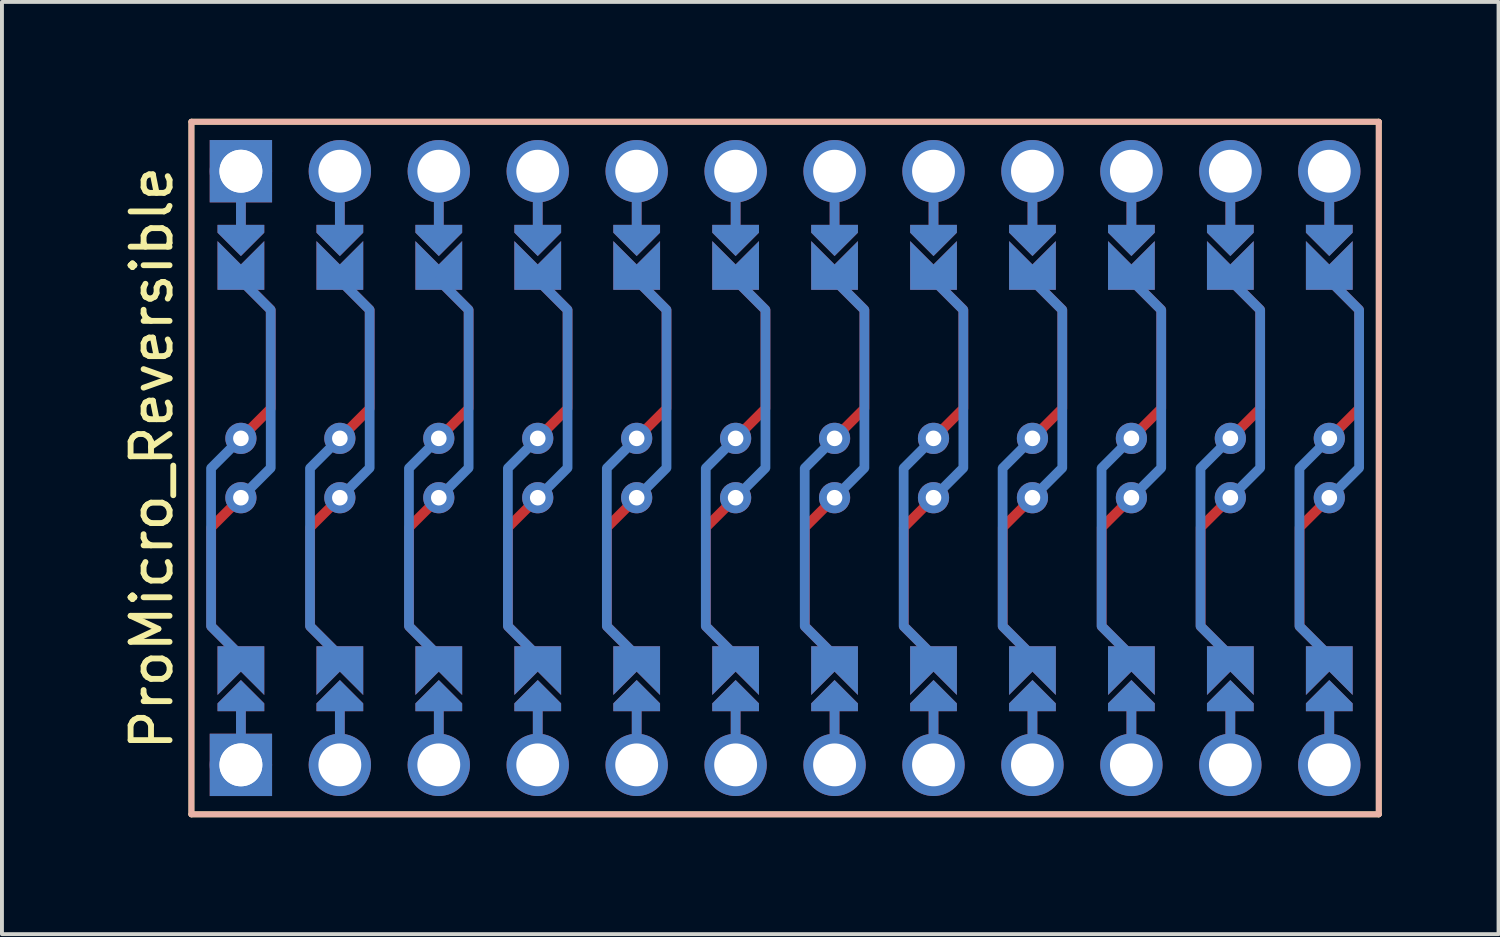
<source format=kicad_pcb>
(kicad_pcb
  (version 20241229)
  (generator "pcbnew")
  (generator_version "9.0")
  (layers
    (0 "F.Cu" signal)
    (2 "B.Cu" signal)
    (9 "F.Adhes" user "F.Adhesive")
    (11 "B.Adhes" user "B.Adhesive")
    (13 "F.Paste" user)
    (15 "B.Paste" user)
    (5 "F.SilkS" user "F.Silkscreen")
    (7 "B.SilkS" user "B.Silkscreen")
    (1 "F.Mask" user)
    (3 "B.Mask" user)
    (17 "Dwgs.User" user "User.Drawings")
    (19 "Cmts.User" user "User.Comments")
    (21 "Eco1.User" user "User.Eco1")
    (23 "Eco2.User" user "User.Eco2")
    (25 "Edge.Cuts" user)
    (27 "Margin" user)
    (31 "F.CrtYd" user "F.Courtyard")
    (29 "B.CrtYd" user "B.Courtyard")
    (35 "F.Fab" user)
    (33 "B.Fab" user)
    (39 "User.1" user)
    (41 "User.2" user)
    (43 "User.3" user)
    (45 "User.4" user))
  (footprint "ProMicro_Reversible"
    (layer "F.Cu")
    (at 17.104 8.965)
    (property "Reference" "ProMicro_Reversible" (at -16.256 -0.254 90) (layer "F.SilkS") (effects (font (size 1 1) (thickness 0.15))))
    (attr through_hole)
    (fp_circle (center -13.97 -0.762) (end -13.845 -0.762) (stroke (width 0.25) (type solid)) (fill no) (layer "F.Mask"))
    (fp_circle (center -13.97 0.762) (end -13.845 0.762) (stroke (width 0.25) (type solid)) (fill no) (layer "F.Mask"))
    (fp_circle (center -11.43 -0.762) (end -11.305 -0.762) (stroke (width 0.25) (type solid)) (fill no) (layer "F.Mask"))
    (fp_circle (center -11.43 0.762) (end -11.305 0.762) (stroke (width 0.25) (type solid)) (fill no) (layer "F.Mask"))
    (fp_circle (center -8.89 -0.762) (end -8.765 -0.762) (stroke (width 0.25) (type solid)) (fill no) (layer "F.Mask"))
    (fp_circle (center -8.89 0.762) (end -8.765 0.762) (stroke (width 0.25) (type solid)) (fill no) (layer "F.Mask"))
    (fp_circle (center -6.35 -0.762) (end -6.225 -0.762) (stroke (width 0.25) (type solid)) (fill no) (layer "F.Mask"))
    (fp_circle (center -6.35 0.762) (end -6.225 0.762) (stroke (width 0.25) (type solid)) (fill no) (layer "F.Mask"))
    (fp_circle (center -3.81 -0.762) (end -3.685 -0.762) (stroke (width 0.25) (type solid)) (fill no) (layer "F.Mask"))
    (fp_circle (center -3.81 0.762) (end -3.685 0.762) (stroke (width 0.25) (type solid)) (fill no) (layer "F.Mask"))
    (fp_circle (center -1.27 -0.762) (end -1.145 -0.762) (stroke (width 0.25) (type solid)) (fill no) (layer "F.Mask"))
    (fp_circle (center -1.27 0.762) (end -1.145 0.762) (stroke (width 0.25) (type solid)) (fill no) (layer "F.Mask"))
    (fp_circle (center 1.27 -0.762) (end 1.395 -0.762) (stroke (width 0.25) (type solid)) (fill no) (layer "F.Mask"))
    (fp_circle (center 1.27 0.762) (end 1.395 0.762) (stroke (width 0.25) (type solid)) (fill no) (layer "F.Mask"))
    (fp_circle (center 3.81 -0.762) (end 3.935 -0.762) (stroke (width 0.25) (type solid)) (fill no) (layer "F.Mask"))
    (fp_circle (center 3.81 0.762) (end 3.935 0.762) (stroke (width 0.25) (type solid)) (fill no) (layer "F.Mask"))
    (fp_circle (center 6.35 -0.762) (end 6.475 -0.762) (stroke (width 0.25) (type solid)) (fill no) (layer "F.Mask"))
    (fp_circle (center 6.35 0.762) (end 6.475 0.762) (stroke (width 0.25) (type solid)) (fill no) (layer "F.Mask"))
    (fp_circle (center 8.89 -0.762) (end 9.015 -0.762) (stroke (width 0.25) (type solid)) (fill no) (layer "F.Mask"))
    (fp_circle (center 8.89 0.762) (end 9.015 0.762) (stroke (width 0.25) (type solid)) (fill no) (layer "F.Mask"))
    (fp_circle (center 11.43 -0.762) (end 11.555 -0.762) (stroke (width 0.25) (type solid)) (fill no) (layer "F.Mask"))
    (fp_circle (center 11.43 0.762) (end 11.555 0.762) (stroke (width 0.25) (type solid)) (fill no) (layer "F.Mask"))
    (fp_circle (center 13.97 -0.762) (end 14.095 -0.762) (stroke (width 0.25) (type solid)) (fill no) (layer "F.Mask"))
    (fp_circle (center 13.97 0.762) (end 14.095 0.762) (stroke (width 0.25) (type solid)) (fill no) (layer "F.Mask"))
    (fp_poly (pts (xy -14.478 5.08) (xy -13.462 5.08) (xy -13.462 6.096) (xy -14.478 6.096)) (stroke (width 0.1) (type solid)) (fill yes) (layer "F.Mask"))
    (fp_poly (pts (xy -13.462 -5.08) (xy -14.478 -5.08) (xy -14.478 -6.096) (xy -13.462 -6.096)) (stroke (width 0.1) (type solid)) (fill yes) (layer "F.Mask"))
    (fp_poly (pts (xy -11.938 5.08) (xy -10.922 5.08) (xy -10.922 6.096) (xy -11.938 6.096)) (stroke (width 0.1) (type solid)) (fill yes) (layer "F.Mask"))
    (fp_poly (pts (xy -10.922 -5.08) (xy -11.938 -5.08) (xy -11.938 -6.096) (xy -10.922 -6.096)) (stroke (width 0.1) (type solid)) (fill yes) (layer "F.Mask"))
    (fp_poly (pts (xy -9.398 5.08) (xy -8.382 5.08) (xy -8.382 6.096) (xy -9.398 6.096)) (stroke (width 0.1) (type solid)) (fill yes) (layer "F.Mask"))
    (fp_poly (pts (xy -8.382 -5.08) (xy -9.398 -5.08) (xy -9.398 -6.096) (xy -8.382 -6.096)) (stroke (width 0.1) (type solid)) (fill yes) (layer "F.Mask"))
    (fp_poly (pts (xy -6.858 5.08) (xy -5.842 5.08) (xy -5.842 6.096) (xy -6.858 6.096)) (stroke (width 0.1) (type solid)) (fill yes) (layer "F.Mask"))
    (fp_poly (pts (xy -5.842 -5.08) (xy -6.858 -5.08) (xy -6.858 -6.096) (xy -5.842 -6.096)) (stroke (width 0.1) (type solid)) (fill yes) (layer "F.Mask"))
    (fp_poly (pts (xy -4.318 5.08) (xy -3.302 5.08) (xy -3.302 6.096) (xy -4.318 6.096)) (stroke (width 0.1) (type solid)) (fill yes) (layer "F.Mask"))
    (fp_poly (pts (xy -3.302 -5.08) (xy -4.318 -5.08) (xy -4.318 -6.096) (xy -3.302 -6.096)) (stroke (width 0.1) (type solid)) (fill yes) (layer "F.Mask"))
    (fp_poly (pts (xy -1.778 5.08) (xy -0.762 5.08) (xy -0.762 6.096) (xy -1.778 6.096)) (stroke (width 0.1) (type solid)) (fill yes) (layer "F.Mask"))
    (fp_poly (pts (xy -0.762 -5.08) (xy -1.778 -5.08) (xy -1.778 -6.096) (xy -0.762 -6.096)) (stroke (width 0.1) (type solid)) (fill yes) (layer "F.Mask"))
    (fp_poly (pts (xy 0.762 5.08) (xy 1.778 5.08) (xy 1.778 6.096) (xy 0.762 6.096)) (stroke (width 0.1) (type solid)) (fill yes) (layer "F.Mask"))
    (fp_poly (pts (xy 1.778 -5.08) (xy 0.762 -5.08) (xy 0.762 -6.096) (xy 1.778 -6.096)) (stroke (width 0.1) (type solid)) (fill yes) (layer "F.Mask"))
    (fp_poly (pts (xy 3.302 5.08) (xy 4.318 5.08) (xy 4.318 6.096) (xy 3.302 6.096)) (stroke (width 0.1) (type solid)) (fill yes) (layer "F.Mask"))
    (fp_poly (pts (xy 4.318 -5.08) (xy 3.302 -5.08) (xy 3.302 -6.096) (xy 4.318 -6.096)) (stroke (width 0.1) (type solid)) (fill yes) (layer "F.Mask"))
    (fp_poly (pts (xy 5.842 5.08) (xy 6.858 5.08) (xy 6.858 6.096) (xy 5.842 6.096)) (stroke (width 0.1) (type solid)) (fill yes) (layer "F.Mask"))
    (fp_poly (pts (xy 6.858 -5.08) (xy 5.842 -5.08) (xy 5.842 -6.096) (xy 6.858 -6.096)) (stroke (width 0.1) (type solid)) (fill yes) (layer "F.Mask"))
    (fp_poly (pts (xy 8.382 5.08) (xy 9.398 5.08) (xy 9.398 6.096) (xy 8.382 6.096)) (stroke (width 0.1) (type solid)) (fill yes) (layer "F.Mask"))
    (fp_poly (pts (xy 9.398 -5.08) (xy 8.382 -5.08) (xy 8.382 -6.096) (xy 9.398 -6.096)) (stroke (width 0.1) (type solid)) (fill yes) (layer "F.Mask"))
    (fp_poly (pts (xy 10.922 5.08) (xy 11.938 5.08) (xy 11.938 6.096) (xy 10.922 6.096)) (stroke (width 0.1) (type solid)) (fill yes) (layer "F.Mask"))
    (fp_poly (pts (xy 11.938 -5.08) (xy 10.922 -5.08) (xy 10.922 -6.096) (xy 11.938 -6.096)) (stroke (width 0.1) (type solid)) (fill yes) (layer "F.Mask"))
    (fp_poly (pts (xy 13.462 5.08) (xy 14.478 5.08) (xy 14.478 6.096) (xy 13.462 6.096)) (stroke (width 0.1) (type solid)) (fill yes) (layer "F.Mask"))
    (fp_poly (pts (xy 14.478 -5.08) (xy 13.462 -5.08) (xy 13.462 -6.096) (xy 14.478 -6.096)) (stroke (width 0.1) (type solid)) (fill yes) (layer "F.Mask"))
    (fp_circle (center -13.97 -0.762) (end -13.845 -0.762) (stroke (width 0.25) (type solid)) (fill no) (layer "B.Mask"))
    (fp_circle (center -13.97 0.762) (end -13.845 0.762) (stroke (width 0.25) (type solid)) (fill no) (layer "B.Mask"))
    (fp_circle (center -11.43 -0.762) (end -11.305 -0.762) (stroke (width 0.25) (type solid)) (fill no) (layer "B.Mask"))
    (fp_circle (center -11.43 0.762) (end -11.305 0.762) (stroke (width 0.25) (type solid)) (fill no) (layer "B.Mask"))
    (fp_circle (center -8.89 -0.762) (end -8.765 -0.762) (stroke (width 0.25) (type solid)) (fill no) (layer "B.Mask"))
    (fp_circle (center -8.89 0.762) (end -8.765 0.762) (stroke (width 0.25) (type solid)) (fill no) (layer "B.Mask"))
    (fp_circle (center -6.35 -0.762) (end -6.225 -0.762) (stroke (width 0.25) (type solid)) (fill no) (layer "B.Mask"))
    (fp_circle (center -6.35 0.762) (end -6.225 0.762) (stroke (width 0.25) (type solid)) (fill no) (layer "B.Mask"))
    (fp_circle (center -3.81 -0.762) (end -3.685 -0.762) (stroke (width 0.25) (type solid)) (fill no) (layer "B.Mask"))
    (fp_circle (center -3.81 0.762) (end -3.685 0.762) (stroke (width 0.25) (type solid)) (fill no) (layer "B.Mask"))
    (fp_circle (center -1.27 -0.762) (end -1.145 -0.762) (stroke (width 0.25) (type solid)) (fill no) (layer "B.Mask"))
    (fp_circle (center -1.27 0.762) (end -1.145 0.762) (stroke (width 0.25) (type solid)) (fill no) (layer "B.Mask"))
    (fp_circle (center 1.27 -0.762) (end 1.395 -0.762) (stroke (width 0.25) (type solid)) (fill no) (layer "B.Mask"))
    (fp_circle (center 1.27 0.762) (end 1.395 0.762) (stroke (width 0.25) (type solid)) (fill no) (layer "B.Mask"))
    (fp_circle (center 3.81 -0.762) (end 3.935 -0.762) (stroke (width 0.25) (type solid)) (fill no) (layer "B.Mask"))
    (fp_circle (center 3.81 0.762) (end 3.935 0.762) (stroke (width 0.25) (type solid)) (fill no) (layer "B.Mask"))
    (fp_circle (center 6.35 -0.762) (end 6.475 -0.762) (stroke (width 0.25) (type solid)) (fill no) (layer "B.Mask"))
    (fp_circle (center 6.35 0.762) (end 6.475 0.762) (stroke (width 0.25) (type solid)) (fill no) (layer "B.Mask"))
    (fp_circle (center 8.89 -0.762) (end 9.015 -0.762) (stroke (width 0.25) (type solid)) (fill no) (layer "B.Mask"))
    (fp_circle (center 8.89 0.762) (end 9.015 0.762) (stroke (width 0.25) (type solid)) (fill no) (layer "B.Mask"))
    (fp_circle (center 11.43 -0.762) (end 11.555 -0.762) (stroke (width 0.25) (type solid)) (fill no) (layer "B.Mask"))
    (fp_circle (center 11.43 0.762) (end 11.555 0.762) (stroke (width 0.25) (type solid)) (fill no) (layer "B.Mask"))
    (fp_circle (center 13.97 -0.762) (end 14.095 -0.762) (stroke (width 0.25) (type solid)) (fill no) (layer "B.Mask"))
    (fp_circle (center 13.97 0.762) (end 14.095 0.762) (stroke (width 0.25) (type solid)) (fill no) (layer "B.Mask"))
    (fp_poly (pts (xy -14.478 5.08) (xy -13.462 5.08) (xy -13.462 6.096) (xy -14.478 6.096)) (stroke (width 0.1) (type solid)) (fill yes) (layer "B.Mask"))
    (fp_poly (pts (xy -13.462 -5.08) (xy -14.478 -5.08) (xy -14.478 -6.096) (xy -13.462 -6.096)) (stroke (width 0.1) (type solid)) (fill yes) (layer "B.Mask"))
    (fp_poly (pts (xy -11.938 5.08) (xy -10.922 5.08) (xy -10.922 6.096) (xy -11.938 6.096)) (stroke (width 0.1) (type solid)) (fill yes) (layer "B.Mask"))
    (fp_poly (pts (xy -10.922 -5.08) (xy -11.938 -5.08) (xy -11.938 -6.096) (xy -10.922 -6.096)) (stroke (width 0.1) (type solid)) (fill yes) (layer "B.Mask"))
    (fp_poly (pts (xy -9.398 5.08) (xy -8.382 5.08) (xy -8.382 6.096) (xy -9.398 6.096)) (stroke (width 0.1) (type solid)) (fill yes) (layer "B.Mask"))
    (fp_poly (pts (xy -8.382 -5.08) (xy -9.398 -5.08) (xy -9.398 -6.096) (xy -8.382 -6.096)) (stroke (width 0.1) (type solid)) (fill yes) (layer "B.Mask"))
    (fp_poly (pts (xy -6.858 5.08) (xy -5.842 5.08) (xy -5.842 6.096) (xy -6.858 6.096)) (stroke (width 0.1) (type solid)) (fill yes) (layer "B.Mask"))
    (fp_poly (pts (xy -5.842 -5.08) (xy -6.858 -5.08) (xy -6.858 -6.096) (xy -5.842 -6.096)) (stroke (width 0.1) (type solid)) (fill yes) (layer "B.Mask"))
    (fp_poly (pts (xy -4.318 5.08) (xy -3.302 5.08) (xy -3.302 6.096) (xy -4.318 6.096)) (stroke (width 0.1) (type solid)) (fill yes) (layer "B.Mask"))
    (fp_poly (pts (xy -3.302 -5.08) (xy -4.318 -5.08) (xy -4.318 -6.096) (xy -3.302 -6.096)) (stroke (width 0.1) (type solid)) (fill yes) (layer "B.Mask"))
    (fp_poly (pts (xy -1.778 5.08) (xy -0.762 5.08) (xy -0.762 6.096) (xy -1.778 6.096)) (stroke (width 0.1) (type solid)) (fill yes) (layer "B.Mask"))
    (fp_poly (pts (xy -0.762 -5.08) (xy -1.778 -5.08) (xy -1.778 -6.096) (xy -0.762 -6.096)) (stroke (width 0.1) (type solid)) (fill yes) (layer "B.Mask"))
    (fp_poly (pts (xy 0.762 5.08) (xy 1.778 5.08) (xy 1.778 6.096) (xy 0.762 6.096)) (stroke (width 0.1) (type solid)) (fill yes) (layer "B.Mask"))
    (fp_poly (pts (xy 1.778 -5.08) (xy 0.762 -5.08) (xy 0.762 -6.096) (xy 1.778 -6.096)) (stroke (width 0.1) (type solid)) (fill yes) (layer "B.Mask"))
    (fp_poly (pts (xy 3.302 5.08) (xy 4.318 5.08) (xy 4.318 6.096) (xy 3.302 6.096)) (stroke (width 0.1) (type solid)) (fill yes) (layer "B.Mask"))
    (fp_poly (pts (xy 4.318 -5.08) (xy 3.302 -5.08) (xy 3.302 -6.096) (xy 4.318 -6.096)) (stroke (width 0.1) (type solid)) (fill yes) (layer "B.Mask"))
    (fp_poly (pts (xy 5.842 5.08) (xy 6.858 5.08) (xy 6.858 6.096) (xy 5.842 6.096)) (stroke (width 0.1) (type solid)) (fill yes) (layer "B.Mask"))
    (fp_poly (pts (xy 6.858 -5.08) (xy 5.842 -5.08) (xy 5.842 -6.096) (xy 6.858 -6.096)) (stroke (width 0.1) (type solid)) (fill yes) (layer "B.Mask"))
    (fp_poly (pts (xy 8.382 5.08) (xy 9.398 5.08) (xy 9.398 6.096) (xy 8.382 6.096)) (stroke (width 0.1) (type solid)) (fill yes) (layer "B.Mask"))
    (fp_poly (pts (xy 9.398 -5.08) (xy 8.382 -5.08) (xy 8.382 -6.096) (xy 9.398 -6.096)) (stroke (width 0.1) (type solid)) (fill yes) (layer "B.Mask"))
    (fp_poly (pts (xy 10.922 5.08) (xy 11.938 5.08) (xy 11.938 6.096) (xy 10.922 6.096)) (stroke (width 0.1) (type solid)) (fill yes) (layer "B.Mask"))
    (fp_poly (pts (xy 11.938 -5.08) (xy 10.922 -5.08) (xy 10.922 -6.096) (xy 11.938 -6.096)) (stroke (width 0.1) (type solid)) (fill yes) (layer "B.Mask"))
    (fp_poly (pts (xy 13.462 5.08) (xy 14.478 5.08) (xy 14.478 6.096) (xy 13.462 6.096)) (stroke (width 0.1) (type solid)) (fill yes) (layer "B.Mask"))
    (fp_poly (pts (xy 14.478 -5.08) (xy 13.462 -5.08) (xy 13.462 -6.096) (xy 14.478 -6.096)) (stroke (width 0.1) (type solid)) (fill yes) (layer "B.Mask"))
    (fp_line (start -15.24 -8.89) (end 15.24 -8.89) (stroke (width 0.15) (type solid)) (layer "F.SilkS"))
    (fp_line (start -15.24 8.89) (end -15.24 -8.89) (stroke (width 0.15) (type solid)) (layer "F.SilkS"))
    (fp_line (start -15.24 8.89) (end 15.24 8.89) (stroke (width 0.15) (type solid)) (layer "F.SilkS"))
    (fp_line (start 15.24 -8.89) (end 15.24 8.89) (stroke (width 0.15) (type solid)) (layer "F.SilkS"))
    (fp_line (start -15.24 -8.89) (end 15.24 -8.89) (stroke (width 0.15) (type solid)) (layer "B.SilkS"))
    (fp_line (start -15.24 8.89) (end -15.24 -8.89) (stroke (width 0.15) (type solid)) (layer "B.SilkS"))
    (fp_line (start -15.24 8.89) (end 15.24 8.89) (stroke (width 0.15) (type solid)) (layer "B.SilkS"))
    (fp_line (start 15.24 -8.89) (end 15.24 8.89) (stroke (width 0.15) (type solid)) (layer "B.SilkS"))
    (pad "" thru_hole circle (at -13.97 -7.62) (size 1.6 1.6) (drill 1.1) (layers "*.Cu" "*.Mask"))
    (pad "" thru_hole rect (at -13.97 -7.62) (size 1.6 1.6) (drill 1.1) (layers "B.Cu" "B.Mask"))
    (pad "" smd custom (at -13.97 -6.35) (size 0.25 1) (layers "F.Cu") (options (anchor rect)) (primitives))
    (pad "" smd custom (at -13.97 -6.35) (size 0.25 1) (layers "B.Cu") (options (anchor rect)) (primitives))
    (pad "" smd custom (at -13.97 -5.842) (size 0.1 0.1) (layers "F.Cu" "F.Mask") (options (anchor rect)) (primitives (gr_poly (pts (xy 0.6 -0.4) (xy -0.6 -0.4) (xy -0.6 -0.2) (xy 0 0.4) (xy 0.6 -0.2)) (width 0) (fill yes))))
    (pad "" smd custom (at -13.97 -5.842) (size 0.1 0.1) (layers "B.Cu" "B.Mask") (options (anchor rect)) (primitives (gr_poly (pts (xy 0.6 -0.4) (xy -0.6 -0.4) (xy -0.6 -0.2) (xy 0 0.4) (xy 0.6 -0.2)) (width 0) (fill yes))))
    (pad "" smd custom (at -13.97 5.842 180) (size 0.1 0.1) (layers "F.Cu" "F.Mask") (options (anchor rect)) (primitives (gr_poly (pts (xy 0.6 -0.4) (xy -0.6 -0.4) (xy -0.6 -0.2) (xy 0 0.4) (xy 0.6 -0.2)) (width 0) (fill yes))))
    (pad "" smd custom (at -13.97 5.842 180) (size 0.1 0.1) (layers "B.Cu" "B.Mask") (options (anchor rect)) (primitives (gr_poly (pts (xy 0.6 -0.4) (xy -0.6 -0.4) (xy -0.6 -0.2) (xy 0 0.4) (xy 0.6 -0.2)) (width 0) (fill yes))))
    (pad "" smd custom (at -13.97 6.35 180) (size 0.25 1) (layers "F.Cu") (options (anchor rect)) (primitives))
    (pad "" smd custom (at -13.97 6.35 180) (size 0.25 1) (layers "B.Cu") (options (anchor rect)) (primitives))
    (pad "" thru_hole circle (at -13.97 7.62) (size 1.6 1.6) (drill 1.1) (layers "*.Cu" "*.Mask"))
    (pad "" thru_hole rect (at -13.97 7.62) (size 1.6 1.6) (drill 1.1) (layers "F.Cu" "F.Mask"))
    (pad "" thru_hole circle (at -11.43 -7.62) (size 1.6 1.6) (drill 1.1) (layers "*.Cu" "*.Mask"))
    (pad "" smd custom (at -11.43 -6.35) (size 0.25 1) (layers "F.Cu") (options (anchor rect)) (primitives))
    (pad "" smd custom (at -11.43 -6.35) (size 0.25 1) (layers "B.Cu") (options (anchor rect)) (primitives))
    (pad "" smd custom (at -11.43 -5.842) (size 0.1 0.1) (layers "F.Cu" "F.Mask") (options (anchor rect)) (primitives (gr_poly (pts (xy 0.6 -0.4) (xy -0.6 -0.4) (xy -0.6 -0.2) (xy 0 0.4) (xy 0.6 -0.2)) (width 0) (fill yes))))
    (pad "" smd custom (at -11.43 -5.842) (size 0.1 0.1) (layers "B.Cu" "B.Mask") (options (anchor rect)) (primitives (gr_poly (pts (xy 0.6 -0.4) (xy -0.6 -0.4) (xy -0.6 -0.2) (xy 0 0.4) (xy 0.6 -0.2)) (width 0) (fill yes))))
    (pad "" smd custom (at -11.43 5.842 180) (size 0.1 0.1) (layers "F.Cu" "F.Mask") (options (anchor rect)) (primitives (gr_poly (pts (xy 0.6 -0.4) (xy -0.6 -0.4) (xy -0.6 -0.2) (xy 0 0.4) (xy 0.6 -0.2)) (width 0) (fill yes))))
    (pad "" smd custom (at -11.43 5.842 180) (size 0.1 0.1) (layers "B.Cu" "B.Mask") (options (anchor rect)) (primitives (gr_poly (pts (xy 0.6 -0.4) (xy -0.6 -0.4) (xy -0.6 -0.2) (xy 0 0.4) (xy 0.6 -0.2)) (width 0) (fill yes))))
    (pad "" smd custom (at -11.43 6.35 180) (size 0.25 1) (layers "F.Cu") (options (anchor rect)) (primitives))
    (pad "" smd custom (at -11.43 6.35 180) (size 0.25 1) (layers "B.Cu") (options (anchor rect)) (primitives))
    (pad "" thru_hole circle (at -11.43 7.62) (size 1.6 1.6) (drill 1.1) (layers "*.Cu" "*.Mask"))
    (pad "" thru_hole circle (at -8.89 -7.62) (size 1.6 1.6) (drill 1.1) (layers "*.Cu" "*.Mask"))
    (pad "" smd custom (at -8.89 -6.35) (size 0.25 1) (layers "F.Cu") (options (anchor rect)) (primitives))
    (pad "" smd custom (at -8.89 -6.35) (size 0.25 1) (layers "B.Cu") (options (anchor rect)) (primitives))
    (pad "" smd custom (at -8.89 -5.842) (size 0.1 0.1) (layers "F.Cu" "F.Mask") (options (anchor rect)) (primitives (gr_poly (pts (xy 0.6 -0.4) (xy -0.6 -0.4) (xy -0.6 -0.2) (xy 0 0.4) (xy 0.6 -0.2)) (width 0) (fill yes))))
    (pad "" smd custom (at -8.89 -5.842) (size 0.1 0.1) (layers "B.Cu" "B.Mask") (options (anchor rect)) (primitives (gr_poly (pts (xy 0.6 -0.4) (xy -0.6 -0.4) (xy -0.6 -0.2) (xy 0 0.4) (xy 0.6 -0.2)) (width 0) (fill yes))))
    (pad "" smd custom (at -8.89 5.842 180) (size 0.1 0.1) (layers "F.Cu" "F.Mask") (options (anchor rect)) (primitives (gr_poly (pts (xy 0.6 -0.4) (xy -0.6 -0.4) (xy -0.6 -0.2) (xy 0 0.4) (xy 0.6 -0.2)) (width 0) (fill yes))))
    (pad "" smd custom (at -8.89 5.842 180) (size 0.1 0.1) (layers "B.Cu" "B.Mask") (options (anchor rect)) (primitives (gr_poly (pts (xy 0.6 -0.4) (xy -0.6 -0.4) (xy -0.6 -0.2) (xy 0 0.4) (xy 0.6 -0.2)) (width 0) (fill yes))))
    (pad "" smd custom (at -8.89 6.35 180) (size 0.25 1) (layers "F.Cu") (options (anchor rect)) (primitives))
    (pad "" smd custom (at -8.89 6.35 180) (size 0.25 1) (layers "B.Cu") (options (anchor rect)) (primitives))
    (pad "" thru_hole circle (at -8.89 7.62) (size 1.6 1.6) (drill 1.1) (layers "*.Cu" "*.Mask"))
    (pad "" thru_hole circle (at -6.35 -7.62) (size 1.6 1.6) (drill 1.1) (layers "*.Cu" "*.Mask"))
    (pad "" smd custom (at -6.35 -6.35) (size 0.25 1) (layers "F.Cu") (options (anchor rect)) (primitives))
    (pad "" smd custom (at -6.35 -6.35) (size 0.25 1) (layers "B.Cu") (options (anchor rect)) (primitives))
    (pad "" smd custom (at -6.35 -5.842) (size 0.1 0.1) (layers "F.Cu" "F.Mask") (options (anchor rect)) (primitives (gr_poly (pts (xy 0.6 -0.4) (xy -0.6 -0.4) (xy -0.6 -0.2) (xy 0 0.4) (xy 0.6 -0.2)) (width 0) (fill yes))))
    (pad "" smd custom (at -6.35 -5.842) (size 0.1 0.1) (layers "B.Cu" "B.Mask") (options (anchor rect)) (primitives (gr_poly (pts (xy 0.6 -0.4) (xy -0.6 -0.4) (xy -0.6 -0.2) (xy 0 0.4) (xy 0.6 -0.2)) (width 0) (fill yes))))
    (pad "" smd custom (at -6.35 5.842 180) (size 0.1 0.1) (layers "F.Cu" "F.Mask") (options (anchor rect)) (primitives (gr_poly (pts (xy 0.6 -0.4) (xy -0.6 -0.4) (xy -0.6 -0.2) (xy 0 0.4) (xy 0.6 -0.2)) (width 0) (fill yes))))
    (pad "" smd custom (at -6.35 5.842 180) (size 0.1 0.1) (layers "B.Cu" "B.Mask") (options (anchor rect)) (primitives (gr_poly (pts (xy 0.6 -0.4) (xy -0.6 -0.4) (xy -0.6 -0.2) (xy 0 0.4) (xy 0.6 -0.2)) (width 0) (fill yes))))
    (pad "" smd custom (at -6.35 6.35 180) (size 0.25 1) (layers "F.Cu") (options (anchor rect)) (primitives))
    (pad "" smd custom (at -6.35 6.35 180) (size 0.25 1) (layers "B.Cu") (options (anchor rect)) (primitives))
    (pad "" thru_hole circle (at -6.35 7.62) (size 1.6 1.6) (drill 1.1) (layers "*.Cu" "*.Mask"))
    (pad "" thru_hole circle (at -3.81 -7.62) (size 1.6 1.6) (drill 1.1) (layers "*.Cu" "*.Mask"))
    (pad "" smd custom (at -3.81 -6.35) (size 0.25 1) (layers "F.Cu") (options (anchor rect)) (primitives))
    (pad "" smd custom (at -3.81 -6.35) (size 0.25 1) (layers "B.Cu") (options (anchor rect)) (primitives))
    (pad "" smd custom (at -3.81 -5.842) (size 0.1 0.1) (layers "F.Cu" "F.Mask") (options (anchor rect)) (primitives (gr_poly (pts (xy 0.6 -0.4) (xy -0.6 -0.4) (xy -0.6 -0.2) (xy 0 0.4) (xy 0.6 -0.2)) (width 0) (fill yes))))
    (pad "" smd custom (at -3.81 -5.842) (size 0.1 0.1) (layers "B.Cu" "B.Mask") (options (anchor rect)) (primitives (gr_poly (pts (xy 0.6 -0.4) (xy -0.6 -0.4) (xy -0.6 -0.2) (xy 0 0.4) (xy 0.6 -0.2)) (width 0) (fill yes))))
    (pad "" smd custom (at -3.81 5.842 180) (size 0.1 0.1) (layers "F.Cu" "F.Mask") (options (anchor rect)) (primitives (gr_poly (pts (xy 0.6 -0.4) (xy -0.6 -0.4) (xy -0.6 -0.2) (xy 0 0.4) (xy 0.6 -0.2)) (width 0) (fill yes))))
    (pad "" smd custom (at -3.81 5.842 180) (size 0.1 0.1) (layers "B.Cu" "B.Mask") (options (anchor rect)) (primitives (gr_poly (pts (xy 0.6 -0.4) (xy -0.6 -0.4) (xy -0.6 -0.2) (xy 0 0.4) (xy 0.6 -0.2)) (width 0) (fill yes))))
    (pad "" smd custom (at -3.81 6.35 180) (size 0.25 1) (layers "F.Cu") (options (anchor rect)) (primitives))
    (pad "" smd custom (at -3.81 6.35 180) (size 0.25 1) (layers "B.Cu") (options (anchor rect)) (primitives))
    (pad "" thru_hole circle (at -3.81 7.62) (size 1.6 1.6) (drill 1.1) (layers "*.Cu" "*.Mask"))
    (pad "" thru_hole circle (at -1.27 -7.62) (size 1.6 1.6) (drill 1.1) (layers "*.Cu" "*.Mask"))
    (pad "" smd custom (at -1.27 -6.35) (size 0.25 1) (layers "F.Cu") (options (anchor rect)) (primitives))
    (pad "" smd custom (at -1.27 -6.35) (size 0.25 1) (layers "B.Cu") (options (anchor rect)) (primitives))
    (pad "" smd custom (at -1.27 -5.842) (size 0.1 0.1) (layers "F.Cu" "F.Mask") (options (anchor rect)) (primitives (gr_poly (pts (xy 0.6 -0.4) (xy -0.6 -0.4) (xy -0.6 -0.2) (xy 0 0.4) (xy 0.6 -0.2)) (width 0) (fill yes))))
    (pad "" smd custom (at -1.27 -5.842) (size 0.1 0.1) (layers "B.Cu" "B.Mask") (options (anchor rect)) (primitives (gr_poly (pts (xy 0.6 -0.4) (xy -0.6 -0.4) (xy -0.6 -0.2) (xy 0 0.4) (xy 0.6 -0.2)) (width 0) (fill yes))))
    (pad "" smd custom (at -1.27 5.842 180) (size 0.1 0.1) (layers "F.Cu" "F.Mask") (options (anchor rect)) (primitives (gr_poly (pts (xy 0.6 -0.4) (xy -0.6 -0.4) (xy -0.6 -0.2) (xy 0 0.4) (xy 0.6 -0.2)) (width 0) (fill yes))))
    (pad "" smd custom (at -1.27 5.842 180) (size 0.1 0.1) (layers "B.Cu" "B.Mask") (options (anchor rect)) (primitives (gr_poly (pts (xy 0.6 -0.4) (xy -0.6 -0.4) (xy -0.6 -0.2) (xy 0 0.4) (xy 0.6 -0.2)) (width 0) (fill yes))))
    (pad "" smd custom (at -1.27 6.35 180) (size 0.25 1) (layers "F.Cu") (options (anchor rect)) (primitives))
    (pad "" smd custom (at -1.27 6.35 180) (size 0.25 1) (layers "B.Cu") (options (anchor rect)) (primitives))
    (pad "" thru_hole circle (at -1.27 7.62) (size 1.6 1.6) (drill 1.1) (layers "*.Cu" "*.Mask"))
    (pad "" thru_hole circle (at 1.27 -7.62) (size 1.6 1.6) (drill 1.1) (layers "*.Cu" "*.Mask"))
    (pad "" smd custom (at 1.27 -6.35) (size 0.25 1) (layers "F.Cu") (options (anchor rect)) (primitives))
    (pad "" smd custom (at 1.27 -6.35) (size 0.25 1) (layers "B.Cu") (options (anchor rect)) (primitives))
    (pad "" smd custom (at 1.27 -5.842) (size 0.1 0.1) (layers "F.Cu" "F.Mask") (options (anchor rect)) (primitives (gr_poly (pts (xy 0.6 -0.4) (xy -0.6 -0.4) (xy -0.6 -0.2) (xy 0 0.4) (xy 0.6 -0.2)) (width 0) (fill yes))))
    (pad "" smd custom (at 1.27 -5.842) (size 0.1 0.1) (layers "B.Cu" "B.Mask") (options (anchor rect)) (primitives (gr_poly (pts (xy 0.6 -0.4) (xy -0.6 -0.4) (xy -0.6 -0.2) (xy 0 0.4) (xy 0.6 -0.2)) (width 0) (fill yes))))
    (pad "" smd custom (at 1.27 5.842 180) (size 0.1 0.1) (layers "F.Cu" "F.Mask") (options (anchor rect)) (primitives (gr_poly (pts (xy 0.6 -0.4) (xy -0.6 -0.4) (xy -0.6 -0.2) (xy 0 0.4) (xy 0.6 -0.2)) (width 0) (fill yes))))
    (pad "" smd custom (at 1.27 5.842 180) (size 0.1 0.1) (layers "B.Cu" "B.Mask") (options (anchor rect)) (primitives (gr_poly (pts (xy 0.6 -0.4) (xy -0.6 -0.4) (xy -0.6 -0.2) (xy 0 0.4) (xy 0.6 -0.2)) (width 0) (fill yes))))
    (pad "" smd custom (at 1.27 6.35 180) (size 0.25 1) (layers "F.Cu") (options (anchor rect)) (primitives))
    (pad "" smd custom (at 1.27 6.35 180) (size 0.25 1) (layers "B.Cu") (options (anchor rect)) (primitives))
    (pad "" thru_hole circle (at 1.27 7.62) (size 1.6 1.6) (drill 1.1) (layers "*.Cu" "*.Mask"))
    (pad "" thru_hole circle (at 3.81 -7.62) (size 1.6 1.6) (drill 1.1) (layers "*.Cu" "*.Mask"))
    (pad "" smd custom (at 3.81 -6.35) (size 0.25 1) (layers "F.Cu") (options (anchor rect)) (primitives))
    (pad "" smd custom (at 3.81 -6.35) (size 0.25 1) (layers "B.Cu") (options (anchor rect)) (primitives))
    (pad "" smd custom (at 3.81 -5.842) (size 0.1 0.1) (layers "F.Cu" "F.Mask") (options (anchor rect)) (primitives (gr_poly (pts (xy 0.6 -0.4) (xy -0.6 -0.4) (xy -0.6 -0.2) (xy 0 0.4) (xy 0.6 -0.2)) (width 0) (fill yes))))
    (pad "" smd custom (at 3.81 -5.842) (size 0.1 0.1) (layers "B.Cu" "B.Mask") (options (anchor rect)) (primitives (gr_poly (pts (xy 0.6 -0.4) (xy -0.6 -0.4) (xy -0.6 -0.2) (xy 0 0.4) (xy 0.6 -0.2)) (width 0) (fill yes))))
    (pad "" smd custom (at 3.81 5.842 180) (size 0.1 0.1) (layers "F.Cu" "F.Mask") (options (anchor rect)) (primitives (gr_poly (pts (xy 0.6 -0.4) (xy -0.6 -0.4) (xy -0.6 -0.2) (xy 0 0.4) (xy 0.6 -0.2)) (width 0) (fill yes))))
    (pad "" smd custom (at 3.81 5.842 180) (size 0.1 0.1) (layers "B.Cu" "B.Mask") (options (anchor rect)) (primitives (gr_poly (pts (xy 0.6 -0.4) (xy -0.6 -0.4) (xy -0.6 -0.2) (xy 0 0.4) (xy 0.6 -0.2)) (width 0) (fill yes))))
    (pad "" smd custom (at 3.81 6.35 180) (size 0.25 1) (layers "F.Cu") (options (anchor rect)) (primitives))
    (pad "" smd custom (at 3.81 6.35 180) (size 0.25 1) (layers "B.Cu") (options (anchor rect)) (primitives))
    (pad "" thru_hole circle (at 3.81 7.62) (size 1.6 1.6) (drill 1.1) (layers "*.Cu" "*.Mask"))
    (pad "" thru_hole circle (at 6.35 -7.62) (size 1.6 1.6) (drill 1.1) (layers "*.Cu" "*.Mask"))
    (pad "" smd custom (at 6.35 -6.35) (size 0.25 1) (layers "F.Cu") (options (anchor rect)) (primitives))
    (pad "" smd custom (at 6.35 -6.35) (size 0.25 1) (layers "B.Cu") (options (anchor rect)) (primitives))
    (pad "" smd custom (at 6.35 -5.842) (size 0.1 0.1) (layers "F.Cu" "F.Mask") (options (anchor rect)) (primitives (gr_poly (pts (xy 0.6 -0.4) (xy -0.6 -0.4) (xy -0.6 -0.2) (xy 0 0.4) (xy 0.6 -0.2)) (width 0) (fill yes))))
    (pad "" smd custom (at 6.35 -5.842) (size 0.1 0.1) (layers "B.Cu" "B.Mask") (options (anchor rect)) (primitives (gr_poly (pts (xy 0.6 -0.4) (xy -0.6 -0.4) (xy -0.6 -0.2) (xy 0 0.4) (xy 0.6 -0.2)) (width 0) (fill yes))))
    (pad "" smd custom (at 6.35 5.842 180) (size 0.1 0.1) (layers "F.Cu" "F.Mask") (options (anchor rect)) (primitives (gr_poly (pts (xy 0.6 -0.4) (xy -0.6 -0.4) (xy -0.6 -0.2) (xy 0 0.4) (xy 0.6 -0.2)) (width 0) (fill yes))))
    (pad "" smd custom (at 6.35 5.842 180) (size 0.1 0.1) (layers "B.Cu" "B.Mask") (options (anchor rect)) (primitives (gr_poly (pts (xy 0.6 -0.4) (xy -0.6 -0.4) (xy -0.6 -0.2) (xy 0 0.4) (xy 0.6 -0.2)) (width 0) (fill yes))))
    (pad "" smd custom (at 6.35 6.35 180) (size 0.25 1) (layers "F.Cu") (options (anchor rect)) (primitives))
    (pad "" smd custom (at 6.35 6.35 180) (size 0.25 1) (layers "B.Cu") (options (anchor rect)) (primitives))
    (pad "" thru_hole circle (at 6.35 7.62) (size 1.6 1.6) (drill 1.1) (layers "*.Cu" "*.Mask"))
    (pad "" thru_hole circle (at 8.89 -7.62) (size 1.6 1.6) (drill 1.1) (layers "*.Cu" "*.Mask"))
    (pad "" smd custom (at 8.89 -6.35) (size 0.25 1) (layers "F.Cu") (options (anchor rect)) (primitives))
    (pad "" smd custom (at 8.89 -6.35) (size 0.25 1) (layers "B.Cu") (options (anchor rect)) (primitives))
    (pad "" smd custom (at 8.89 -5.842) (size 0.1 0.1) (layers "F.Cu" "F.Mask") (options (anchor rect)) (primitives (gr_poly (pts (xy 0.6 -0.4) (xy -0.6 -0.4) (xy -0.6 -0.2) (xy 0 0.4) (xy 0.6 -0.2)) (width 0) (fill yes))))
    (pad "" smd custom (at 8.89 -5.842) (size 0.1 0.1) (layers "B.Cu" "B.Mask") (options (anchor rect)) (primitives (gr_poly (pts (xy 0.6 -0.4) (xy -0.6 -0.4) (xy -0.6 -0.2) (xy 0 0.4) (xy 0.6 -0.2)) (width 0) (fill yes))))
    (pad "" smd custom (at 8.89 5.842 180) (size 0.1 0.1) (layers "F.Cu" "F.Mask") (options (anchor rect)) (primitives (gr_poly (pts (xy 0.6 -0.4) (xy -0.6 -0.4) (xy -0.6 -0.2) (xy 0 0.4) (xy 0.6 -0.2)) (width 0) (fill yes))))
    (pad "" smd custom (at 8.89 5.842 180) (size 0.1 0.1) (layers "B.Cu" "B.Mask") (options (anchor rect)) (primitives (gr_poly (pts (xy 0.6 -0.4) (xy -0.6 -0.4) (xy -0.6 -0.2) (xy 0 0.4) (xy 0.6 -0.2)) (width 0) (fill yes))))
    (pad "" smd custom (at 8.89 6.35 180) (size 0.25 1) (layers "F.Cu") (options (anchor rect)) (primitives))
    (pad "" smd custom (at 8.89 6.35 180) (size 0.25 1) (layers "B.Cu") (options (anchor rect)) (primitives))
    (pad "" thru_hole circle (at 8.89 7.62) (size 1.6 1.6) (drill 1.1) (layers "*.Cu" "*.Mask"))
    (pad "" thru_hole circle (at 11.43 -7.62) (size 1.6 1.6) (drill 1.1) (layers "*.Cu" "*.Mask"))
    (pad "" smd custom (at 11.43 -6.35) (size 0.25 1) (layers "F.Cu") (options (anchor rect)) (primitives))
    (pad "" smd custom (at 11.43 -6.35) (size 0.25 1) (layers "B.Cu") (options (anchor rect)) (primitives))
    (pad "" smd custom (at 11.43 -5.842) (size 0.1 0.1) (layers "F.Cu" "F.Mask") (options (anchor rect)) (primitives (gr_poly (pts (xy 0.6 -0.4) (xy -0.6 -0.4) (xy -0.6 -0.2) (xy 0 0.4) (xy 0.6 -0.2)) (width 0) (fill yes))))
    (pad "" smd custom (at 11.43 -5.842) (size 0.1 0.1) (layers "B.Cu" "B.Mask") (options (anchor rect)) (primitives (gr_poly (pts (xy 0.6 -0.4) (xy -0.6 -0.4) (xy -0.6 -0.2) (xy 0 0.4) (xy 0.6 -0.2)) (width 0) (fill yes))))
    (pad "" smd custom (at 11.43 5.842 180) (size 0.1 0.1) (layers "F.Cu" "F.Mask") (options (anchor rect)) (primitives (gr_poly (pts (xy 0.6 -0.4) (xy -0.6 -0.4) (xy -0.6 -0.2) (xy 0 0.4) (xy 0.6 -0.2)) (width 0) (fill yes))))
    (pad "" smd custom (at 11.43 5.842 180) (size 0.1 0.1) (layers "B.Cu" "B.Mask") (options (anchor rect)) (primitives (gr_poly (pts (xy 0.6 -0.4) (xy -0.6 -0.4) (xy -0.6 -0.2) (xy 0 0.4) (xy 0.6 -0.2)) (width 0) (fill yes))))
    (pad "" smd custom (at 11.43 6.35 180) (size 0.25 1) (layers "F.Cu") (options (anchor rect)) (primitives))
    (pad "" smd custom (at 11.43 6.35 180) (size 0.25 1) (layers "B.Cu") (options (anchor rect)) (primitives))
    (pad "" thru_hole circle (at 11.43 7.62) (size 1.6 1.6) (drill 1.1) (layers "*.Cu" "*.Mask"))
    (pad "" thru_hole circle (at 13.97 -7.62) (size 1.6 1.6) (drill 1.1) (layers "*.Cu" "*.Mask"))
    (pad "" smd custom (at 13.97 -6.35) (size 0.25 1) (layers "F.Cu") (options (anchor rect)) (primitives))
    (pad "" smd custom (at 13.97 -6.35) (size 0.25 1) (layers "B.Cu") (options (anchor rect)) (primitives))
    (pad "" smd custom (at 13.97 -5.842) (size 0.1 0.1) (layers "F.Cu" "F.Mask") (options (anchor rect)) (primitives (gr_poly (pts (xy 0.6 -0.4) (xy -0.6 -0.4) (xy -0.6 -0.2) (xy 0 0.4) (xy 0.6 -0.2)) (width 0) (fill yes))))
    (pad "" smd custom (at 13.97 -5.842) (size 0.1 0.1) (layers "B.Cu" "B.Mask") (options (anchor rect)) (primitives (gr_poly (pts (xy 0.6 -0.4) (xy -0.6 -0.4) (xy -0.6 -0.2) (xy 0 0.4) (xy 0.6 -0.2)) (width 0) (fill yes))))
    (pad "" smd custom (at 13.97 5.842 180) (size 0.1 0.1) (layers "F.Cu" "F.Mask") (options (anchor rect)) (primitives (gr_poly (pts (xy 0.6 -0.4) (xy -0.6 -0.4) (xy -0.6 -0.2) (xy 0 0.4) (xy 0.6 -0.2)) (width 0) (fill yes))))
    (pad "" smd custom (at 13.97 5.842 180) (size 0.1 0.1) (layers "B.Cu" "B.Mask") (options (anchor rect)) (primitives (gr_poly (pts (xy 0.6 -0.4) (xy -0.6 -0.4) (xy -0.6 -0.2) (xy 0 0.4) (xy 0.6 -0.2)) (width 0) (fill yes))))
    (pad "" smd custom (at 13.97 6.35 180) (size 0.25 1) (layers "F.Cu") (options (anchor rect)) (primitives))
    (pad "" smd custom (at 13.97 6.35 180) (size 0.25 1) (layers "B.Cu") (options (anchor rect)) (primitives))
    (pad "" thru_hole circle (at 13.97 7.62) (size 1.6 1.6) (drill 1.1) (layers "*.Cu" "*.Mask"))
    (pad "1" smd custom (at -13.97 -4.826) (size 1.2 0.5) (layers "F.Cu" "F.Mask") (options (anchor rect)) (primitives (gr_poly (pts (xy 0.6 0) (xy -0.6 0) (xy -0.6 -1) (xy 0 -0.4) (xy 0.6 -1)) (width 0) (fill yes))))
    (pad "1" smd custom (at -13.97 -0.762) (size 0.25 0.25) (layers "F.Cu") (options (anchor circle)) (primitives (gr_line (start 0 0) (end 0.766 -0.766) (width 0.25)) (gr_line (start 0.766 -0.766) (end 0.766 -3.298) (width 0.25)) (gr_line (start 0.766 -3.298) (end 0 -4.064) (width 0.25))))
    (pad "1" smd custom (at -13.97 -0.762) (size 0.25 0.25) (layers "B.Cu") (options (anchor circle)) (primitives (gr_line (start 0 0) (end -0.766 0.766) (width 0.25)) (gr_line (start -0.766 0.766) (end -0.766 4.822) (width 0.25)) (gr_line (start -0.766 4.822) (end 0 5.588) (width 0.25))))
    (pad "1" thru_hole circle (at -13.97 -0.762 180) (size 0.8 0.8) (drill 0.4) (layers "*.Cu"))
    (pad "1" smd custom (at -13.97 4.826 180) (size 1.2 0.5) (layers "B.Cu" "B.Mask") (options (anchor rect)) (primitives (gr_poly (pts (xy 0.6 0) (xy -0.6 0) (xy -0.6 -1) (xy 0 -0.4) (xy 0.6 -1)) (width 0) (fill yes))))
    (pad "2" smd custom (at -11.43 -4.826) (size 1.2 0.5) (layers "F.Cu" "F.Mask") (options (anchor rect)) (primitives (gr_poly (pts (xy 0.6 0) (xy -0.6 0) (xy -0.6 -1) (xy 0 -0.4) (xy 0.6 -1)) (width 0) (fill yes))))
    (pad "2" smd custom (at -11.43 -0.762) (size 0.25 0.25) (layers "F.Cu") (options (anchor circle)) (primitives (gr_line (start 0 0) (end 0.766 -0.766) (width 0.25)) (gr_line (start 0.766 -0.766) (end 0.766 -3.298) (width 0.25)) (gr_line (start 0.766 -3.298) (end 0 -4.064) (width 0.25))))
    (pad "2" smd custom (at -11.43 -0.762) (size 0.25 0.25) (layers "B.Cu") (options (anchor circle)) (primitives (gr_line (start 0 0) (end -0.766 0.766) (width 0.25)) (gr_line (start -0.766 0.766) (end -0.766 4.822) (width 0.25)) (gr_line (start -0.766 4.822) (end 0 5.588) (width 0.25))))
    (pad "2" thru_hole circle (at -11.43 -0.762 180) (size 0.8 0.8) (drill 0.4) (layers "*.Cu"))
    (pad "2" smd custom (at -11.43 4.826 180) (size 1.2 0.5) (layers "B.Cu" "B.Mask") (options (anchor rect)) (primitives (gr_poly (pts (xy 0.6 0) (xy -0.6 0) (xy -0.6 -1) (xy 0 -0.4) (xy 0.6 -1)) (width 0) (fill yes))))
    (pad "3" smd custom (at -8.89 -4.826) (size 1.2 0.5) (layers "F.Cu" "F.Mask") (options (anchor rect)) (primitives (gr_poly (pts (xy 0.6 0) (xy -0.6 0) (xy -0.6 -1) (xy 0 -0.4) (xy 0.6 -1)) (width 0) (fill yes))))
    (pad "3" smd custom (at -8.89 -0.762) (size 0.25 0.25) (layers "F.Cu") (options (anchor circle)) (primitives (gr_line (start 0 0) (end 0.766 -0.766) (width 0.25)) (gr_line (start 0.766 -0.766) (end 0.766 -3.298) (width 0.25)) (gr_line (start 0.766 -3.298) (end 0 -4.064) (width 0.25))))
    (pad "3" smd custom (at -8.89 -0.762) (size 0.25 0.25) (layers "B.Cu") (options (anchor circle)) (primitives (gr_line (start 0 0) (end -0.766 0.766) (width 0.25)) (gr_line (start -0.766 0.766) (end -0.766 4.822) (width 0.25)) (gr_line (start -0.766 4.822) (end 0 5.588) (width 0.25))))
    (pad "3" thru_hole circle (at -8.89 -0.762 180) (size 0.8 0.8) (drill 0.4) (layers "*.Cu"))
    (pad "3" smd custom (at -8.89 4.826 180) (size 1.2 0.5) (layers "B.Cu" "B.Mask") (options (anchor rect)) (primitives (gr_poly (pts (xy 0.6 0) (xy -0.6 0) (xy -0.6 -1) (xy 0 -0.4) (xy 0.6 -1)) (width 0) (fill yes))))
    (pad "4" smd custom (at -6.35 -4.826) (size 1.2 0.5) (layers "F.Cu" "F.Mask") (options (anchor rect)) (primitives (gr_poly (pts (xy 0.6 0) (xy -0.6 0) (xy -0.6 -1) (xy 0 -0.4) (xy 0.6 -1)) (width 0) (fill yes))))
    (pad "4" smd custom (at -6.35 -0.762) (size 0.25 0.25) (layers "F.Cu") (options (anchor circle)) (primitives (gr_line (start 0 0) (end 0.766 -0.766) (width 0.25)) (gr_line (start 0.766 -0.766) (end 0.766 -3.298) (width 0.25)) (gr_line (start 0.766 -3.298) (end 0 -4.064) (width 0.25))))
    (pad "4" smd custom (at -6.35 -0.762) (size 0.25 0.25) (layers "B.Cu") (options (anchor circle)) (primitives (gr_line (start 0 0) (end -0.766 0.766) (width 0.25)) (gr_line (start -0.766 0.766) (end -0.766 4.822) (width 0.25)) (gr_line (start -0.766 4.822) (end 0 5.588) (width 0.25))))
    (pad "4" thru_hole circle (at -6.35 -0.762 180) (size 0.8 0.8) (drill 0.4) (layers "*.Cu"))
    (pad "4" smd custom (at -6.35 4.826 180) (size 1.2 0.5) (layers "B.Cu" "B.Mask") (options (anchor rect)) (primitives (gr_poly (pts (xy 0.6 0) (xy -0.6 0) (xy -0.6 -1) (xy 0 -0.4) (xy 0.6 -1)) (width 0) (fill yes))))
    (pad "5" smd custom (at -3.81 -4.826) (size 1.2 0.5) (layers "F.Cu" "F.Mask") (options (anchor rect)) (primitives (gr_poly (pts (xy 0.6 0) (xy -0.6 0) (xy -0.6 -1) (xy 0 -0.4) (xy 0.6 -1)) (width 0) (fill yes))))
    (pad "5" smd custom (at -3.81 -0.762) (size 0.25 0.25) (layers "F.Cu") (options (anchor circle)) (primitives (gr_line (start 0 0) (end 0.766 -0.766) (width 0.25)) (gr_line (start 0.766 -0.766) (end 0.766 -3.298) (width 0.25)) (gr_line (start 0.766 -3.298) (end 0 -4.064) (width 0.25))))
    (pad "5" smd custom (at -3.81 -0.762) (size 0.25 0.25) (layers "B.Cu") (options (anchor circle)) (primitives (gr_line (start 0 0) (end -0.766 0.766) (width 0.25)) (gr_line (start -0.766 0.766) (end -0.766 4.822) (width 0.25)) (gr_line (start -0.766 4.822) (end 0 5.588) (width 0.25))))
    (pad "5" thru_hole circle (at -3.81 -0.762 180) (size 0.8 0.8) (drill 0.4) (layers "*.Cu"))
    (pad "5" smd custom (at -3.81 4.826 180) (size 1.2 0.5) (layers "B.Cu" "B.Mask") (options (anchor rect)) (primitives (gr_poly (pts (xy 0.6 0) (xy -0.6 0) (xy -0.6 -1) (xy 0 -0.4) (xy 0.6 -1)) (width 0) (fill yes))))
    (pad "6" smd custom (at -1.27 -4.826) (size 1.2 0.5) (layers "F.Cu" "F.Mask") (options (anchor rect)) (primitives (gr_poly (pts (xy 0.6 0) (xy -0.6 0) (xy -0.6 -1) (xy 0 -0.4) (xy 0.6 -1)) (width 0) (fill yes))))
    (pad "6" smd custom (at -1.27 -0.762) (size 0.25 0.25) (layers "F.Cu") (options (anchor circle)) (primitives (gr_line (start 0 0) (end 0.766 -0.766) (width 0.25)) (gr_line (start 0.766 -0.766) (end 0.766 -3.298) (width 0.25)) (gr_line (start 0.766 -3.298) (end 0 -4.064) (width 0.25))))
    (pad "6" smd custom (at -1.27 -0.762) (size 0.25 0.25) (layers "B.Cu") (options (anchor circle)) (primitives (gr_line (start 0 0) (end -0.766 0.766) (width 0.25)) (gr_line (start -0.766 0.766) (end -0.766 4.822) (width 0.25)) (gr_line (start -0.766 4.822) (end 0 5.588) (width 0.25))))
    (pad "6" thru_hole circle (at -1.27 -0.762 180) (size 0.8 0.8) (drill 0.4) (layers "*.Cu"))
    (pad "6" smd custom (at -1.27 4.826 180) (size 1.2 0.5) (layers "B.Cu" "B.Mask") (options (anchor rect)) (primitives (gr_poly (pts (xy 0.6 0) (xy -0.6 0) (xy -0.6 -1) (xy 0 -0.4) (xy 0.6 -1)) (width 0) (fill yes))))
    (pad "7" smd custom (at 1.27 -4.826) (size 1.2 0.5) (layers "F.Cu" "F.Mask") (options (anchor rect)) (primitives (gr_poly (pts (xy 0.6 0) (xy -0.6 0) (xy -0.6 -1) (xy 0 -0.4) (xy 0.6 -1)) (width 0) (fill yes))))
    (pad "7" smd custom (at 1.27 -0.762) (size 0.25 0.25) (layers "F.Cu") (options (anchor circle)) (primitives (gr_line (start 0 0) (end 0.766 -0.766) (width 0.25)) (gr_line (start 0.766 -0.766) (end 0.766 -3.298) (width 0.25)) (gr_line (start 0.766 -3.298) (end 0 -4.064) (width 0.25))))
    (pad "7" smd custom (at 1.27 -0.762) (size 0.25 0.25) (layers "B.Cu") (options (anchor circle)) (primitives (gr_line (start 0 0) (end -0.766 0.766) (width 0.25)) (gr_line (start -0.766 0.766) (end -0.766 4.822) (width 0.25)) (gr_line (start -0.766 4.822) (end 0 5.588) (width 0.25))))
    (pad "7" thru_hole circle (at 1.27 -0.762 180) (size 0.8 0.8) (drill 0.4) (layers "*.Cu"))
    (pad "7" smd custom (at 1.27 4.826 180) (size 1.2 0.5) (layers "B.Cu" "B.Mask") (options (anchor rect)) (primitives (gr_poly (pts (xy 0.6 0) (xy -0.6 0) (xy -0.6 -1) (xy 0 -0.4) (xy 0.6 -1)) (width 0) (fill yes))))
    (pad "8" smd custom (at 3.81 -4.826) (size 1.2 0.5) (layers "F.Cu" "F.Mask") (options (anchor rect)) (primitives (gr_poly (pts (xy 0.6 0) (xy -0.6 0) (xy -0.6 -1) (xy 0 -0.4) (xy 0.6 -1)) (width 0) (fill yes))))
    (pad "8" smd custom (at 3.81 -0.762) (size 0.25 0.25) (layers "F.Cu") (options (anchor circle)) (primitives (gr_line (start 0 0) (end 0.766 -0.766) (width 0.25)) (gr_line (start 0.766 -0.766) (end 0.766 -3.298) (width 0.25)) (gr_line (start 0.766 -3.298) (end 0 -4.064) (width 0.25))))
    (pad "8" smd custom (at 3.81 -0.762) (size 0.25 0.25) (layers "B.Cu") (options (anchor circle)) (primitives (gr_line (start 0 0) (end -0.766 0.766) (width 0.25)) (gr_line (start -0.766 0.766) (end -0.766 4.822) (width 0.25)) (gr_line (start -0.766 4.822) (end 0 5.588) (width 0.25))))
    (pad "8" thru_hole circle (at 3.81 -0.762 180) (size 0.8 0.8) (drill 0.4) (layers "*.Cu"))
    (pad "8" smd custom (at 3.81 4.826 180) (size 1.2 0.5) (layers "B.Cu" "B.Mask") (options (anchor rect)) (primitives (gr_poly (pts (xy 0.6 0) (xy -0.6 0) (xy -0.6 -1) (xy 0 -0.4) (xy 0.6 -1)) (width 0) (fill yes))))
    (pad "9" smd custom (at 6.35 -4.826) (size 1.2 0.5) (layers "F.Cu" "F.Mask") (options (anchor rect)) (primitives (gr_poly (pts (xy 0.6 0) (xy -0.6 0) (xy -0.6 -1) (xy 0 -0.4) (xy 0.6 -1)) (width 0) (fill yes))))
    (pad "9" smd custom (at 6.35 -0.762) (size 0.25 0.25) (layers "F.Cu") (options (anchor circle)) (primitives (gr_line (start 0 0) (end 0.766 -0.766) (width 0.25)) (gr_line (start 0.766 -0.766) (end 0.766 -3.298) (width 0.25)) (gr_line (start 0.766 -3.298) (end 0 -4.064) (width 0.25))))
    (pad "9" smd custom (at 6.35 -0.762) (size 0.25 0.25) (layers "B.Cu") (options (anchor circle)) (primitives (gr_line (start 0 0) (end -0.766 0.766) (width 0.25)) (gr_line (start -0.766 0.766) (end -0.766 4.822) (width 0.25)) (gr_line (start -0.766 4.822) (end 0 5.588) (width 0.25))))
    (pad "9" thru_hole circle (at 6.35 -0.762 180) (size 0.8 0.8) (drill 0.4) (layers "*.Cu"))
    (pad "9" smd custom (at 6.35 4.826 180) (size 1.2 0.5) (layers "B.Cu" "B.Mask") (options (anchor rect)) (primitives (gr_poly (pts (xy 0.6 0) (xy -0.6 0) (xy -0.6 -1) (xy 0 -0.4) (xy 0.6 -1)) (width 0) (fill yes))))
    (pad "10" smd custom (at 8.89 -4.826) (size 1.2 0.5) (layers "F.Cu" "F.Mask") (options (anchor rect)) (primitives (gr_poly (pts (xy 0.6 0) (xy -0.6 0) (xy -0.6 -1) (xy 0 -0.4) (xy 0.6 -1)) (width 0) (fill yes))))
    (pad "10" smd custom (at 8.89 -0.762) (size 0.25 0.25) (layers "F.Cu") (options (anchor circle)) (primitives (gr_line (start 0 0) (end 0.766 -0.766) (width 0.25)) (gr_line (start 0.766 -0.766) (end 0.766 -3.298) (width 0.25)) (gr_line (start 0.766 -3.298) (end 0 -4.064) (width 0.25))))
    (pad "10" smd custom (at 8.89 -0.762) (size 0.25 0.25) (layers "B.Cu") (options (anchor circle)) (primitives (gr_line (start 0 0) (end -0.766 0.766) (width 0.25)) (gr_line (start -0.766 0.766) (end -0.766 4.822) (width 0.25)) (gr_line (start -0.766 4.822) (end 0 5.588) (width 0.25))))
    (pad "10" thru_hole circle (at 8.89 -0.762 180) (size 0.8 0.8) (drill 0.4) (layers "*.Cu"))
    (pad "10" smd custom (at 8.89 4.826 180) (size 1.2 0.5) (layers "B.Cu" "B.Mask") (options (anchor rect)) (primitives (gr_poly (pts (xy 0.6 0) (xy -0.6 0) (xy -0.6 -1) (xy 0 -0.4) (xy 0.6 -1)) (width 0) (fill yes))))
    (pad "11" smd custom (at 11.43 -4.826) (size 1.2 0.5) (layers "F.Cu" "F.Mask") (options (anchor rect)) (primitives (gr_poly (pts (xy 0.6 0) (xy -0.6 0) (xy -0.6 -1) (xy 0 -0.4) (xy 0.6 -1)) (width 0) (fill yes))))
    (pad "11" smd custom (at 11.43 -0.762) (size 0.25 0.25) (layers "F.Cu") (options (anchor circle)) (primitives (gr_line (start 0 0) (end 0.766 -0.766) (width 0.25)) (gr_line (start 0.766 -0.766) (end 0.766 -3.298) (width 0.25)) (gr_line (start 0.766 -3.298) (end 0 -4.064) (width 0.25))))
    (pad "11" smd custom (at 11.43 -0.762) (size 0.25 0.25) (layers "B.Cu") (options (anchor circle)) (primitives (gr_line (start 0 0) (end -0.766 0.766) (width 0.25)) (gr_line (start -0.766 0.766) (end -0.766 4.822) (width 0.25)) (gr_line (start -0.766 4.822) (end 0 5.588) (width 0.25))))
    (pad "11" thru_hole circle (at 11.43 -0.762 180) (size 0.8 0.8) (drill 0.4) (layers "*.Cu"))
    (pad "11" smd custom (at 11.43 4.826 180) (size 1.2 0.5) (layers "B.Cu" "B.Mask") (options (anchor rect)) (primitives (gr_poly (pts (xy 0.6 0) (xy -0.6 0) (xy -0.6 -1) (xy 0 -0.4) (xy 0.6 -1)) (width 0) (fill yes))))
    (pad "12" smd custom (at 13.97 -4.826) (size 1.2 0.5) (layers "F.Cu" "F.Mask") (options (anchor rect)) (primitives (gr_poly (pts (xy 0.6 0) (xy -0.6 0) (xy -0.6 -1) (xy 0 -0.4) (xy 0.6 -1)) (width 0) (fill yes))))
    (pad "12" smd custom (at 13.97 -0.762) (size 0.25 0.25) (layers "F.Cu") (options (anchor circle)) (primitives (gr_line (start 0 0) (end 0.766 -0.766) (width 0.25)) (gr_line (start 0.766 -0.766) (end 0.766 -3.298) (width 0.25)) (gr_line (start 0.766 -3.298) (end 0 -4.064) (width 0.25))))
    (pad "12" smd custom (at 13.97 -0.762) (size 0.25 0.25) (layers "B.Cu") (options (anchor circle)) (primitives (gr_line (start 0 0) (end -0.766 0.766) (width 0.25)) (gr_line (start -0.766 0.766) (end -0.766 4.822) (width 0.25)) (gr_line (start -0.766 4.822) (end 0 5.588) (width 0.25))))
    (pad "12" thru_hole circle (at 13.97 -0.762 180) (size 0.8 0.8) (drill 0.4) (layers "*.Cu"))
    (pad "12" smd custom (at 13.97 4.826 180) (size 1.2 0.5) (layers "B.Cu" "B.Mask") (options (anchor rect)) (primitives (gr_poly (pts (xy 0.6 0) (xy -0.6 0) (xy -0.6 -1) (xy 0 -0.4) (xy 0.6 -1)) (width 0) (fill yes))))
    (pad "13" smd custom (at 13.97 -4.826) (size 1.2 0.5) (layers "B.Cu" "B.Mask") (options (anchor rect)) (primitives (gr_poly (pts (xy 0.6 0) (xy -0.6 0) (xy -0.6 -1) (xy 0 -0.4) (xy 0.6 -1)) (width 0) (fill yes))))
    (pad "13" smd custom (at 13.97 0.762 180) (size 0.25 0.25) (layers "F.Cu") (options (anchor circle)) (primitives (gr_line (start 0 0) (end 0.762 -0.762) (width 0.25)) (gr_line (start 0.762 -0.762) (end 0.762 -3.302) (width 0.25)) (gr_line (start 0.762 -3.302) (end 0 -4.064) (width 0.25))))
    (pad "13" smd custom (at 13.97 0.762 180) (size 0.25 0.25) (layers "B.Cu") (options (anchor circle)) (primitives (gr_line (start 0 0) (end -0.766 0.766) (width 0.25)) (gr_line (start -0.766 0.766) (end -0.766 4.822) (width 0.25)) (gr_line (start -0.766 4.822) (end 0 5.588) (width 0.25))))
    (pad "13" thru_hole circle (at 13.97 0.762 180) (size 0.8 0.8) (drill 0.4) (layers "*.Cu"))
    (pad "13" smd custom (at 13.97 4.826 180) (size 1.2 0.5) (layers "F.Cu" "F.Mask") (options (anchor rect)) (primitives (gr_poly (pts (xy 0.6 0) (xy -0.6 0) (xy -0.6 -1) (xy 0 -0.4) (xy 0.6 -1)) (width 0) (fill yes))))
    (pad "14" smd custom (at 11.43 -4.826) (size 1.2 0.5) (layers "B.Cu" "B.Mask") (options (anchor rect)) (primitives (gr_poly (pts (xy 0.6 0) (xy -0.6 0) (xy -0.6 -1) (xy 0 -0.4) (xy 0.6 -1)) (width 0) (fill yes))))
    (pad "14" smd custom (at 11.43 0.762 180) (size 0.25 0.25) (layers "F.Cu") (options (anchor circle)) (primitives (gr_line (start 0 0) (end 0.762 -0.762) (width 0.25)) (gr_line (start 0.762 -0.762) (end 0.762 -3.302) (width 0.25)) (gr_line (start 0.762 -3.302) (end 0 -4.064) (width 0.25))))
    (pad "14" smd custom (at 11.43 0.762 180) (size 0.25 0.25) (layers "B.Cu") (options (anchor circle)) (primitives (gr_line (start 0 0) (end -0.766 0.766) (width 0.25)) (gr_line (start -0.766 0.766) (end -0.766 4.822) (width 0.25)) (gr_line (start -0.766 4.822) (end 0 5.588) (width 0.25))))
    (pad "14" thru_hole circle (at 11.43 0.762 180) (size 0.8 0.8) (drill 0.4) (layers "*.Cu"))
    (pad "14" smd custom (at 11.43 4.826 180) (size 1.2 0.5) (layers "F.Cu" "F.Mask") (options (anchor rect)) (primitives (gr_poly (pts (xy 0.6 0) (xy -0.6 0) (xy -0.6 -1) (xy 0 -0.4) (xy 0.6 -1)) (width 0) (fill yes))))
    (pad "15" smd custom (at 8.89 -4.826) (size 1.2 0.5) (layers "B.Cu" "B.Mask") (options (anchor rect)) (primitives (gr_poly (pts (xy 0.6 0) (xy -0.6 0) (xy -0.6 -1) (xy 0 -0.4) (xy 0.6 -1)) (width 0) (fill yes))))
    (pad "15" smd custom (at 8.89 0.762 180) (size 0.25 0.25) (layers "F.Cu") (options (anchor circle)) (primitives (gr_line (start 0 0) (end 0.762 -0.762) (width 0.25)) (gr_line (start 0.762 -0.762) (end 0.762 -3.302) (width 0.25)) (gr_line (start 0.762 -3.302) (end 0 -4.064) (width 0.25))))
    (pad "15" smd custom (at 8.89 0.762 180) (size 0.25 0.25) (layers "B.Cu") (options (anchor circle)) (primitives (gr_line (start 0 0) (end -0.766 0.766) (width 0.25)) (gr_line (start -0.766 0.766) (end -0.766 4.822) (width 0.25)) (gr_line (start -0.766 4.822) (end 0 5.588) (width 0.25))))
    (pad "15" thru_hole circle (at 8.89 0.762 180) (size 0.8 0.8) (drill 0.4) (layers "*.Cu"))
    (pad "15" smd custom (at 8.89 4.826 180) (size 1.2 0.5) (layers "F.Cu" "F.Mask") (options (anchor rect)) (primitives (gr_poly (pts (xy 0.6 0) (xy -0.6 0) (xy -0.6 -1) (xy 0 -0.4) (xy 0.6 -1)) (width 0) (fill yes))))
    (pad "16" smd custom (at 6.35 -4.826) (size 1.2 0.5) (layers "B.Cu" "B.Mask") (options (anchor rect)) (primitives (gr_poly (pts (xy 0.6 0) (xy -0.6 0) (xy -0.6 -1) (xy 0 -0.4) (xy 0.6 -1)) (width 0) (fill yes))))
    (pad "16" smd custom (at 6.35 0.762 180) (size 0.25 0.25) (layers "F.Cu") (options (anchor circle)) (primitives (gr_line (start 0 0) (end 0.762 -0.762) (width 0.25)) (gr_line (start 0.762 -0.762) (end 0.762 -3.302) (width 0.25)) (gr_line (start 0.762 -3.302) (end 0 -4.064) (width 0.25))))
    (pad "16" smd custom (at 6.35 0.762 180) (size 0.25 0.25) (layers "B.Cu") (options (anchor circle)) (primitives (gr_line (start 0 0) (end -0.766 0.766) (width 0.25)) (gr_line (start -0.766 0.766) (end -0.766 4.822) (width 0.25)) (gr_line (start -0.766 4.822) (end 0 5.588) (width 0.25))))
    (pad "16" thru_hole circle (at 6.35 0.762 180) (size 0.8 0.8) (drill 0.4) (layers "*.Cu"))
    (pad "16" smd custom (at 6.35 4.826 180) (size 1.2 0.5) (layers "F.Cu" "F.Mask") (options (anchor rect)) (primitives (gr_poly (pts (xy 0.6 0) (xy -0.6 0) (xy -0.6 -1) (xy 0 -0.4) (xy 0.6 -1)) (width 0) (fill yes))))
    (pad "17" smd custom (at 3.81 -4.826) (size 1.2 0.5) (layers "B.Cu" "B.Mask") (options (anchor rect)) (primitives (gr_poly (pts (xy 0.6 0) (xy -0.6 0) (xy -0.6 -1) (xy 0 -0.4) (xy 0.6 -1)) (width 0) (fill yes))))
    (pad "17" smd custom (at 3.81 0.762 180) (size 0.25 0.25) (layers "F.Cu") (options (anchor circle)) (primitives (gr_line (start 0 0) (end 0.762 -0.762) (width 0.25)) (gr_line (start 0.762 -0.762) (end 0.762 -3.302) (width 0.25)) (gr_line (start 0.762 -3.302) (end 0 -4.064) (width 0.25))))
    (pad "17" smd custom (at 3.81 0.762 180) (size 0.25 0.25) (layers "B.Cu") (options (anchor circle)) (primitives (gr_line (start 0 0) (end -0.766 0.766) (width 0.25)) (gr_line (start -0.766 0.766) (end -0.766 4.822) (width 0.25)) (gr_line (start -0.766 4.822) (end 0 5.588) (width 0.25))))
    (pad "17" thru_hole circle (at 3.81 0.762 180) (size 0.8 0.8) (drill 0.4) (layers "*.Cu"))
    (pad "17" smd custom (at 3.81 4.826 180) (size 1.2 0.5) (layers "F.Cu" "F.Mask") (options (anchor rect)) (primitives (gr_poly (pts (xy 0.6 0) (xy -0.6 0) (xy -0.6 -1) (xy 0 -0.4) (xy 0.6 -1)) (width 0) (fill yes))))
    (pad "18" smd custom (at 1.27 -4.826) (size 1.2 0.5) (layers "B.Cu" "B.Mask") (options (anchor rect)) (primitives (gr_poly (pts (xy 0.6 0) (xy -0.6 0) (xy -0.6 -1) (xy 0 -0.4) (xy 0.6 -1)) (width 0) (fill yes))))
    (pad "18" smd custom (at 1.27 0.762 180) (size 0.25 0.25) (layers "F.Cu") (options (anchor circle)) (primitives (gr_line (start 0 0) (end 0.762 -0.762) (width 0.25)) (gr_line (start 0.762 -0.762) (end 0.762 -3.302) (width 0.25)) (gr_line (start 0.762 -3.302) (end 0 -4.064) (width 0.25))))
    (pad "18" smd custom (at 1.27 0.762 180) (size 0.25 0.25) (layers "B.Cu") (options (anchor circle)) (primitives (gr_line (start 0 0) (end -0.766 0.766) (width 0.25)) (gr_line (start -0.766 0.766) (end -0.766 4.822) (width 0.25)) (gr_line (start -0.766 4.822) (end 0 5.588) (width 0.25))))
    (pad "18" thru_hole circle (at 1.27 0.762 180) (size 0.8 0.8) (drill 0.4) (layers "*.Cu"))
    (pad "18" smd custom (at 1.27 4.826 180) (size 1.2 0.5) (layers "F.Cu" "F.Mask") (options (anchor rect)) (primitives (gr_poly (pts (xy 0.6 0) (xy -0.6 0) (xy -0.6 -1) (xy 0 -0.4) (xy 0.6 -1)) (width 0) (fill yes))))
    (pad "19" smd custom (at -1.27 -4.826) (size 1.2 0.5) (layers "B.Cu" "B.Mask") (options (anchor rect)) (primitives (gr_poly (pts (xy 0.6 0) (xy -0.6 0) (xy -0.6 -1) (xy 0 -0.4) (xy 0.6 -1)) (width 0) (fill yes))))
    (pad "19" smd custom (at -1.27 0.762 180) (size 0.25 0.25) (layers "F.Cu") (options (anchor circle)) (primitives (gr_line (start 0 0) (end 0.762 -0.762) (width 0.25)) (gr_line (start 0.762 -0.762) (end 0.762 -3.302) (width 0.25)) (gr_line (start 0.762 -3.302) (end 0 -4.064) (width 0.25))))
    (pad "19" smd custom (at -1.27 0.762 180) (size 0.25 0.25) (layers "B.Cu") (options (anchor circle)) (primitives (gr_line (start 0 0) (end -0.766 0.766) (width 0.25)) (gr_line (start -0.766 0.766) (end -0.766 4.822) (width 0.25)) (gr_line (start -0.766 4.822) (end 0 5.588) (width 0.25))))
    (pad "19" thru_hole circle (at -1.27 0.762 180) (size 0.8 0.8) (drill 0.4) (layers "*.Cu"))
    (pad "19" smd custom (at -1.27 4.826 180) (size 1.2 0.5) (layers "F.Cu" "F.Mask") (options (anchor rect)) (primitives (gr_poly (pts (xy 0.6 0) (xy -0.6 0) (xy -0.6 -1) (xy 0 -0.4) (xy 0.6 -1)) (width 0) (fill yes))))
    (pad "20" smd custom (at -3.81 -4.826) (size 1.2 0.5) (layers "B.Cu" "B.Mask") (options (anchor rect)) (primitives (gr_poly (pts (xy 0.6 0) (xy -0.6 0) (xy -0.6 -1) (xy 0 -0.4) (xy 0.6 -1)) (width 0) (fill yes))))
    (pad "20" smd custom (at -3.81 0.762 180) (size 0.25 0.25) (layers "F.Cu") (options (anchor circle)) (primitives (gr_line (start 0 0) (end 0.762 -0.762) (width 0.25)) (gr_line (start 0.762 -0.762) (end 0.762 -3.302) (width 0.25)) (gr_line (start 0.762 -3.302) (end 0 -4.064) (width 0.25))))
    (pad "20" smd custom (at -3.81 0.762 180) (size 0.25 0.25) (layers "B.Cu") (options (anchor circle)) (primitives (gr_line (start 0 0) (end -0.766 0.766) (width 0.25)) (gr_line (start -0.766 0.766) (end -0.766 4.822) (width 0.25)) (gr_line (start -0.766 4.822) (end 0 5.588) (width 0.25))))
    (pad "20" thru_hole circle (at -3.81 0.762 180) (size 0.8 0.8) (drill 0.4) (layers "*.Cu"))
    (pad "20" smd custom (at -3.81 4.826 180) (size 1.2 0.5) (layers "F.Cu" "F.Mask") (options (anchor rect)) (primitives (gr_poly (pts (xy 0.6 0) (xy -0.6 0) (xy -0.6 -1) (xy 0 -0.4) (xy 0.6 -1)) (width 0) (fill yes))))
    (pad "21" smd custom (at -6.35 -4.826) (size 1.2 0.5) (layers "B.Cu" "B.Mask") (options (anchor rect)) (primitives (gr_poly (pts (xy 0.6 0) (xy -0.6 0) (xy -0.6 -1) (xy 0 -0.4) (xy 0.6 -1)) (width 0) (fill yes))))
    (pad "21" smd custom (at -6.35 0.762 180) (size 0.25 0.25) (layers "F.Cu") (options (anchor circle)) (primitives (gr_line (start 0 0) (end 0.762 -0.762) (width 0.25)) (gr_line (start 0.762 -0.762) (end 0.762 -3.302) (width 0.25)) (gr_line (start 0.762 -3.302) (end 0 -4.064) (width 0.25))))
    (pad "21" smd custom (at -6.35 0.762 180) (size 0.25 0.25) (layers "B.Cu") (options (anchor circle)) (primitives (gr_line (start 0 0) (end -0.766 0.766) (width 0.25)) (gr_line (start -0.766 0.766) (end -0.766 4.822) (width 0.25)) (gr_line (start -0.766 4.822) (end 0 5.588) (width 0.25))))
    (pad "21" thru_hole circle (at -6.35 0.762 180) (size 0.8 0.8) (drill 0.4) (layers "*.Cu"))
    (pad "21" smd custom (at -6.35 4.826 180) (size 1.2 0.5) (layers "F.Cu" "F.Mask") (options (anchor rect)) (primitives (gr_poly (pts (xy 0.6 0) (xy -0.6 0) (xy -0.6 -1) (xy 0 -0.4) (xy 0.6 -1)) (width 0) (fill yes))))
    (pad "22" smd custom (at -8.89 -4.826) (size 1.2 0.5) (layers "B.Cu" "B.Mask") (options (anchor rect)) (primitives (gr_poly (pts (xy 0.6 0) (xy -0.6 0) (xy -0.6 -1) (xy 0 -0.4) (xy 0.6 -1)) (width 0) (fill yes))))
    (pad "22" smd custom (at -8.89 0.762 180) (size 0.25 0.25) (layers "F.Cu") (options (anchor circle)) (primitives (gr_line (start 0 0) (end 0.762 -0.762) (width 0.25)) (gr_line (start 0.762 -0.762) (end 0.762 -3.302) (width 0.25)) (gr_line (start 0.762 -3.302) (end 0 -4.064) (width 0.25))))
    (pad "22" smd custom (at -8.89 0.762 180) (size 0.25 0.25) (layers "B.Cu") (options (anchor circle)) (primitives (gr_line (start 0 0) (end -0.766 0.766) (width 0.25)) (gr_line (start -0.766 0.766) (end -0.766 4.822) (width 0.25)) (gr_line (start -0.766 4.822) (end 0 5.588) (width 0.25))))
    (pad "22" thru_hole circle (at -8.89 0.762 180) (size 0.8 0.8) (drill 0.4) (layers "*.Cu"))
    (pad "22" smd custom (at -8.89 4.826 180) (size 1.2 0.5) (layers "F.Cu" "F.Mask") (options (anchor rect)) (primitives (gr_poly (pts (xy 0.6 0) (xy -0.6 0) (xy -0.6 -1) (xy 0 -0.4) (xy 0.6 -1)) (width 0) (fill yes))))
    (pad "23" smd custom (at -11.43 -4.826) (size 1.2 0.5) (layers "B.Cu" "B.Mask") (options (anchor rect)) (primitives (gr_poly (pts (xy 0.6 0) (xy -0.6 0) (xy -0.6 -1) (xy 0 -0.4) (xy 0.6 -1)) (width 0) (fill yes))))
    (pad "23" smd custom (at -11.43 0.762 180) (size 0.25 0.25) (layers "F.Cu") (options (anchor circle)) (primitives (gr_line (start 0 0) (end 0.762 -0.762) (width 0.25)) (gr_line (start 0.762 -0.762) (end 0.762 -3.302) (width 0.25)) (gr_line (start 0.762 -3.302) (end 0 -4.064) (width 0.25))))
    (pad "23" smd custom (at -11.43 0.762 180) (size 0.25 0.25) (layers "B.Cu") (options (anchor circle)) (primitives (gr_line (start 0 0) (end -0.766 0.766) (width 0.25)) (gr_line (start -0.766 0.766) (end -0.766 4.822) (width 0.25)) (gr_line (start -0.766 4.822) (end 0 5.588) (width 0.25))))
    (pad "23" thru_hole circle (at -11.43 0.762 180) (size 0.8 0.8) (drill 0.4) (layers "*.Cu"))
    (pad "23" smd custom (at -11.43 4.826 180) (size 1.2 0.5) (layers "F.Cu" "F.Mask") (options (anchor rect)) (primitives (gr_poly (pts (xy 0.6 0) (xy -0.6 0) (xy -0.6 -1) (xy 0 -0.4) (xy 0.6 -1)) (width 0) (fill yes))))
    (pad "24" smd custom (at -13.97 -4.826) (size 1.2 0.5) (layers "B.Cu" "B.Mask") (options (anchor rect)) (primitives (gr_poly (pts (xy 0.6 0) (xy -0.6 0) (xy -0.6 -1) (xy 0 -0.4) (xy 0.6 -1)) (width 0) (fill yes))))
    (pad "24" smd custom (at -13.97 0.762 180) (size 0.25 0.25) (layers "F.Cu") (options (anchor circle)) (primitives (gr_line (start 0 0) (end 0.762 -0.762) (width 0.25)) (gr_line (start 0.762 -0.762) (end 0.762 -3.302) (width 0.25)) (gr_line (start 0.762 -3.302) (end 0 -4.064) (width 0.25))))
    (pad "24" smd custom (at -13.97 0.762 180) (size 0.25 0.25) (layers "B.Cu") (options (anchor circle)) (primitives (gr_line (start 0 0) (end -0.766 0.766) (width 0.25)) (gr_line (start -0.766 0.766) (end -0.766 4.822) (width 0.25)) (gr_line (start -0.766 4.822) (end 0 5.588) (width 0.25))))
    (pad "24" thru_hole circle (at -13.97 0.762 180) (size 0.8 0.8) (drill 0.4) (layers "*.Cu"))
    (pad "24" smd custom (at -13.97 4.826 180) (size 1.2 0.5) (layers "F.Cu" "F.Mask") (options (anchor rect)) (primitives (gr_poly (pts (xy 0.6 0) (xy -0.6 0) (xy -0.6 -1) (xy 0 -0.4) (xy 0.6 -1)) (width 0) (fill yes)))))
  (gr_rect
    (start -3 -3)
    (end 35.419 20.93)
    (stroke (width 0.1) (type default))
    (fill no)
    (layer "Edge.Cuts")))
</source>
